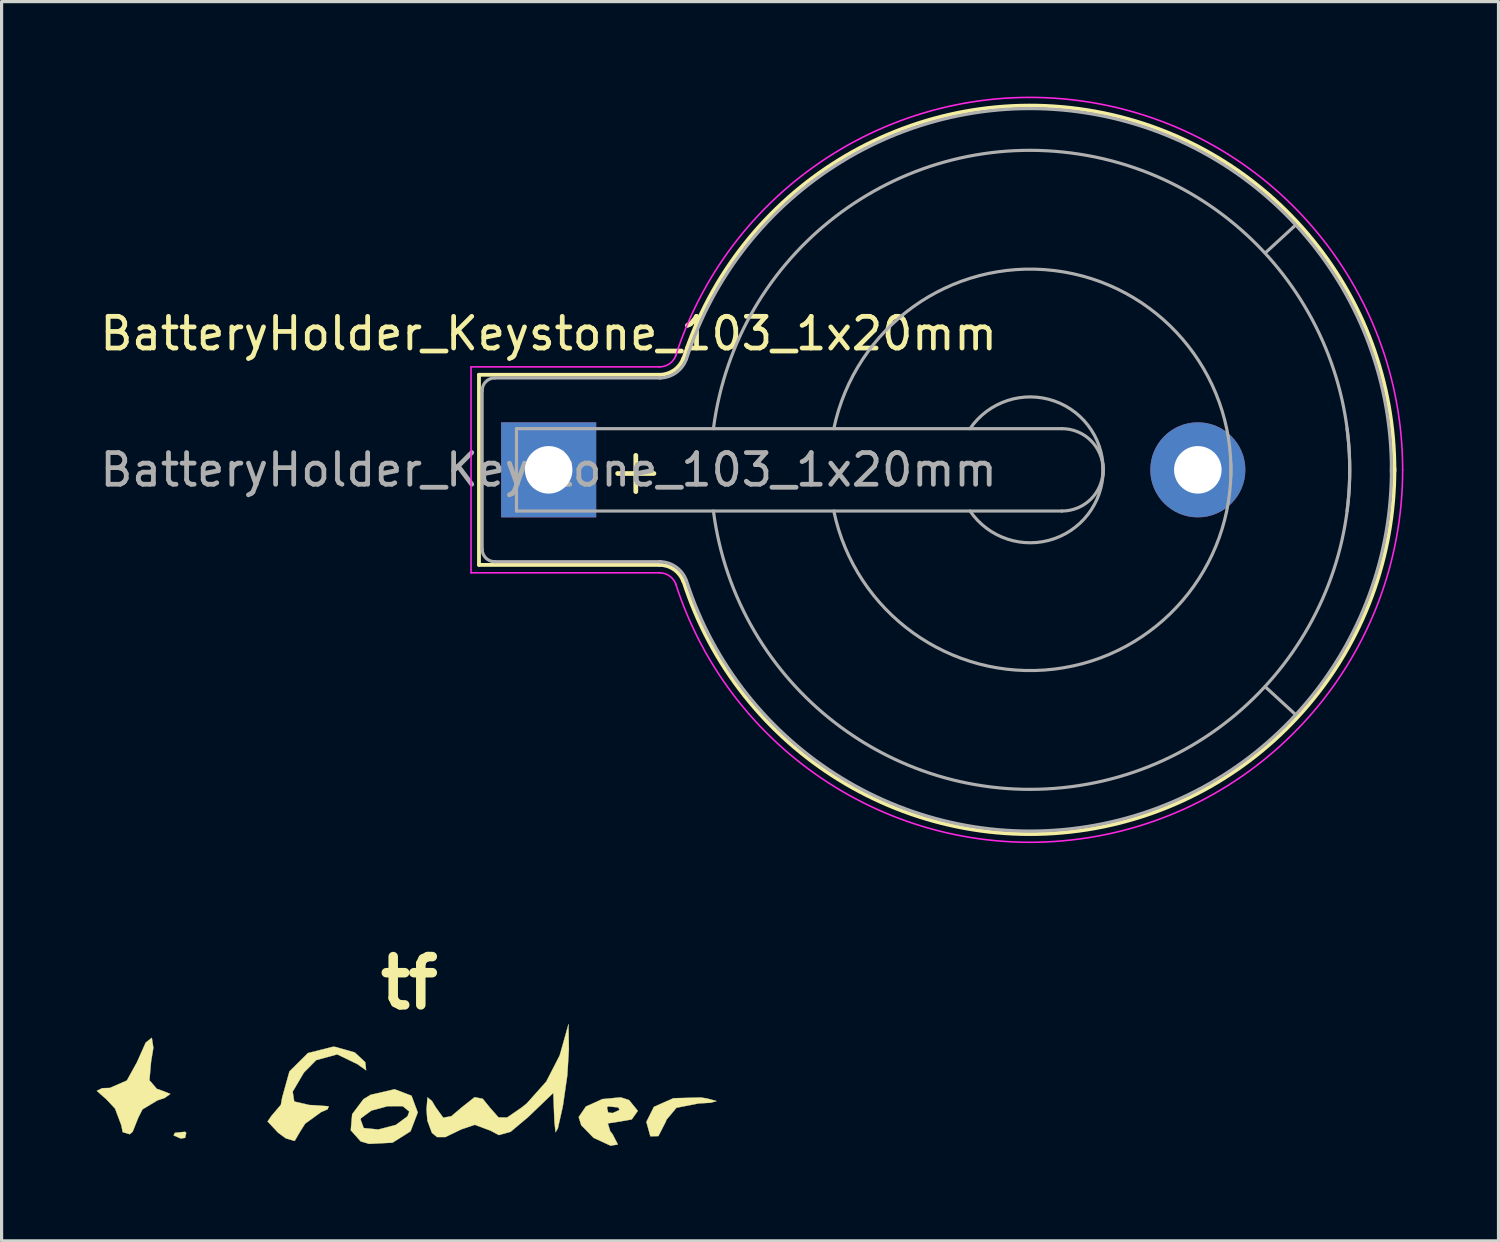
<source format=kicad_pcb>
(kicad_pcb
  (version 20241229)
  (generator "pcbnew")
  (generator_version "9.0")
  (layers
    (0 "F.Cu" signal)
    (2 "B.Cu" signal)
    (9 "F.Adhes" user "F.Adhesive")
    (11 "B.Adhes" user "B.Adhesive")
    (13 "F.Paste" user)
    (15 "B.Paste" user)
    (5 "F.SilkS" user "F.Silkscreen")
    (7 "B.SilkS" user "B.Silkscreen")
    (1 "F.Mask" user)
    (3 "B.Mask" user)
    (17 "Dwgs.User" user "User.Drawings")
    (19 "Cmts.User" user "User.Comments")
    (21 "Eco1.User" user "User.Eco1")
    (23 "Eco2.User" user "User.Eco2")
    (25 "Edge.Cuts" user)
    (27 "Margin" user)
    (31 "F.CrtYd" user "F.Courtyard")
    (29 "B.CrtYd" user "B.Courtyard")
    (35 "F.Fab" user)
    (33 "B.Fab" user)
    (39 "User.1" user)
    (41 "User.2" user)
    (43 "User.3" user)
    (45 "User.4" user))
  (footprint "BatteryHolder_Keystone_103_1x20mm"
    (layer "F.Cu")
    (at 14.268 11.78)
    (property "Reference" "BatteryHolder_Keystone_103_1x20mm" (at 0 -4.3 0) (layer "F.SilkS") (effects (font (size 1 1) (thickness 0.15))))
    (attr through_hole)
    (fp_line (start -2.2 -3) (end 3.5 -3) (stroke (width 0.12) (type solid)) (layer "F.SilkS"))
    (fp_line (start -2.2 3) (end -2.2 -3) (stroke (width 0.12) (type solid)) (layer "F.SilkS"))
    (fp_line (start -2.2 3) (end 3.5 3) (stroke (width 0.12) (type solid)) (layer "F.SilkS"))
    (fp_arc (start 3.5 3) (mid 3.958861 3.144678) (end 4.251754 3.526384) (stroke (width 0.12) (type solid)) (layer "F.SilkS"))
    (fp_arc (start 4.25 -3.5) (mid 16.993514 -11.35499) (end 26.695671 0.045281) (stroke (width 0.12) (type solid)) (layer "F.SilkS"))
    (fp_arc (start 4.251754 -3.526384) (mid 3.958861 -3.144678) (end 3.5 -3) (stroke (width 0.12) (type solid)) (layer "F.SilkS"))
    (fp_arc (start 26.695671 -0.045281) (mid 16.993514 11.35499) (end 4.25 3.5) (stroke (width 0.12) (type solid)) (layer "F.SilkS"))
    (fp_line (start -2.45 -3.25) (end 3.5 -3.25) (stroke (width 0.05) (type solid)) (layer "F.CrtYd"))
    (fp_line (start -2.45 3.25) (end -2.45 -3.25) (stroke (width 0.05) (type solid)) (layer "F.CrtYd"))
    (fp_line (start -2.45 3.25) (end 3.5 3.25) (stroke (width 0.05) (type solid)) (layer "F.CrtYd"))
    (fp_arc (start 3.5 3.25) (mid 3.815467 3.349466) (end 4.016831 3.611889) (stroke (width 0.05) (type solid)) (layer "F.CrtYd"))
    (fp_arc (start 4.01 -3.6) (mid 17.022021 -11.612766) (end 26.954833 0) (stroke (width 0.05) (type solid)) (layer "F.CrtYd"))
    (fp_arc (start 4.016831 -3.611889) (mid 3.815467 -3.349466) (end 3.5 -3.25) (stroke (width 0.05) (type solid)) (layer "F.CrtYd"))
    (fp_arc (start 26.954833 0) (mid 17.022021 11.612766) (end 4.01 3.6) (stroke (width 0.05) (type solid)) (layer "F.CrtYd"))
    (fp_line (start -2.1 -2.5) (end -2.1 2.5) (stroke (width 0.1) (type solid)) (layer "F.Fab"))
    (fp_line (start -1.7 2.9) (end 3.531 2.9) (stroke (width 0.1) (type solid)) (layer "F.Fab"))
    (fp_line (start -1.016 -1.3) (end -1.016 1.3) (stroke (width 0.1) (type solid)) (layer "F.Fab"))
    (fp_line (start -1.016 1.3) (end 16.2 1.3) (stroke (width 0.1) (type solid)) (layer "F.Fab"))
    (fp_line (start 3.531 -2.9) (end -1.7 -2.9) (stroke (width 0.1) (type solid)) (layer "F.Fab"))
    (fp_line (start 16.2 -1.3) (end -1.016 -1.3) (stroke (width 0.1) (type solid)) (layer "F.Fab"))
    (fp_line (start 23.571 -7.722) (end 22.631 -6.858) (stroke (width 0.1) (type solid)) (layer "F.Fab"))
    (fp_line (start 23.571 7.722) (end 22.657 6.883) (stroke (width 0.1) (type solid)) (layer "F.Fab"))
    (fp_arc (start -2.1 -2.5) (mid -1.982843 -2.782843) (end -1.7 -2.9) (stroke (width 0.1) (type solid)) (layer "F.Fab"))
    (fp_arc (start -1.7 2.9) (mid -1.982843 2.782843) (end -2.1 2.5) (stroke (width 0.1) (type solid)) (layer "F.Fab"))
    (fp_arc (start 3.5 2.9) (mid 4.016219 3.062763) (end 4.345723 3.492182) (stroke (width 0.1) (type solid)) (layer "F.Fab"))
    (fp_arc (start 4.345723 -3.492182) (mid 4.016219 -3.062763) (end 3.5 -2.9) (stroke (width 0.1) (type solid)) (layer "F.Fab"))
    (fp_arc (start 4.35 -3.5) (mid 17.008726 -11.256154) (end 26.600299 0.075351) (stroke (width 0.1) (type solid)) (layer "F.Fab"))
    (fp_arc (start 5.2 -1.3) (mid 16.5 -10) (end 25.2 1.3) (stroke (width 0.1) (type solid)) (layer "F.Fab"))
    (fp_arc (start 9 -1.3) (mid 15.954687 -6.28971) (end 21.531551 0.203631) (stroke (width 0.1) (type solid)) (layer "F.Fab"))
    (fp_arc (start 13.3 -1.3) (mid 15.963947 -2.171724) (end 17.495448 0.175833) (stroke (width 0.1) (type solid)) (layer "F.Fab"))
    (fp_arc (start 16.2 -1.3) (mid 17.5 0) (end 16.2 1.3) (stroke (width 0.1) (type solid)) (layer "F.Fab"))
    (fp_arc (start 17.495448 -0.175833) (mid 15.963947 2.171724) (end 13.3 1.3) (stroke (width 0.1) (type solid)) (layer "F.Fab"))
    (fp_arc (start 21.531551 -0.203631) (mid 15.954687 6.28971) (end 9 1.3) (stroke (width 0.1) (type solid)) (layer "F.Fab"))
    (fp_arc (start 25.2 -1.3) (mid 16.5 10) (end 5.2 1.3) (stroke (width 0.1) (type solid)) (layer "F.Fab"))
    (fp_arc (start 26.600299 -0.075351) (mid 17.008726 11.256154) (end 4.35 3.5) (stroke (width 0.1) (type solid)) (layer "F.Fab"))
    (fp_text user "+" (at 2.75 0 0) (layer "F.SilkS") (effects (font (size 1.5 1.5) (thickness 0.15))))
    (fp_text user "${REFERENCE}" (at 0 0 0) (layer "F.Fab") (effects (font (size 1 1) (thickness 0.15))))
    (pad "1" thru_hole rect (at 0 0) (size 3 3) (drill 1.5) (layers "*.Cu" "*.Mask"))
    (pad "2" thru_hole circle (at 20.49 0) (size 3 3) (drill 1.5) (layers "*.Cu" "*.Mask")))
  (footprint "tf"
    (layer "F.Cu")
    (at 9.869 31.28)
    (property "Reference" "tf" (at 0 -3.302 0) (layer "F.SilkS") (effects (font (size 1.524 1.524) (thickness 0.3))))
    (attr through_hole)
    (fp_poly (pts (xy -7.041 1.426) (xy -7.077 1.585) (xy -7.219 1.604) (xy -7.439 1.506) (xy -7.397 1.426) (xy -7.08 1.394) (xy -7.041 1.426)) (stroke (width 0.01) (type solid)) (fill yes) (layer "F.SilkS"))
    (fp_poly (pts (xy 9.398 0.342) (xy 9.701 0.425) (xy 9.508 0.477) (xy 9.132 0.498) (xy 8.433 0.635) (xy 8.114 1.017) (xy 8.099 1.069) (xy 7.862 1.529) (xy 7.609 1.536) (xy 7.486 1.092) (xy 7.486 1.075) (xy 7.721 0.606) (xy 8.336 0.334) (xy 9.198 0.311) (xy 9.398 0.342)) (stroke (width 0.01) (type solid)) (fill yes) (layer "F.SilkS"))
    (fp_poly (pts (xy -8.079 -1.257) (xy -8.15 -0.825) (xy -8.202 -0.234) (xy -7.967 0.039) (xy -7.837 0.083) (xy -7.542 0.198) (xy -7.721 0.325) (xy -7.954 0.404) (xy -8.422 0.686) (xy -8.556 0.951) (xy -8.732 1.393) (xy -8.823 1.471) (xy -9.047 1.403) (xy -9.091 1.182) (xy -9.288 0.661) (xy -9.558 0.372) (xy -9.864 0.101) (xy -9.695 0.017) (xy -9.451 0.009) (xy -8.915 -0.225) (xy -8.596 -0.802) (xy -8.32 -1.422) (xy -8.127 -1.574) (xy -8.079 -1.257)) (stroke (width 0.01) (type solid)) (fill yes) (layer "F.SilkS"))
    (fp_poly (pts (xy 0.07 0.255) (xy 0.267 0.784) (xy 0.039 1.378) (xy -0.53 1.737) (xy -1.267 1.775) (xy -1.537 1.695) (xy -1.847 1.346) (xy -1.818 1.003) (xy -1.539 1.003) (xy -1.439 1.275) (xy -0.978 1.321) (xy -0.423 1.175) (xy -0.056 0.904) (xy 0 0.756) (xy -0.208 0.584) (xy -0.682 0.585) (xy -1.195 0.723) (xy -1.521 0.962) (xy -1.539 1.003) (xy -1.818 1.003) (xy -1.803 0.837) (xy -1.447 0.364) (xy -1.22 0.226) (xy -0.463 0.051) (xy 0.07 0.255)) (stroke (width 0.01) (type solid)) (fill yes) (layer "F.SilkS"))
    (fp_poly (pts (xy 6.936 0.392) (xy 7.213 0.733) (xy 7.022 1.002) (xy 6.651 1.069) (xy 6.265 1.128) (xy 6.343 1.378) (xy 6.417 1.471) (xy 6.583 1.794) (xy 6.353 1.832) (xy 5.815 1.583) (xy 5.427 1.187) (xy 5.347 0.928) (xy 5.555 0.624) (xy 6.239 0.624) (xy 6.275 0.783) (xy 6.417 0.802) (xy 6.637 0.704) (xy 6.595 0.624) (xy 6.278 0.592) (xy 6.239 0.624) (xy 5.555 0.624) (xy 5.575 0.595) (xy 6.096 0.361) (xy 6.671 0.307) (xy 6.936 0.392)) (stroke (width 0.01) (type solid)) (fill yes) (layer "F.SilkS"))
    (fp_poly (pts (xy -2.334 -1.285) (xy -1.719 -1.11) (xy -1.391 -0.804) (xy -1.391 -0.802) (xy -1.362 -0.547) (xy -1.607 -0.719) (xy -1.624 -0.735) (xy -2.276 -1.05) (xy -2.939 -0.868) (xy -3.327 -0.475) (xy -3.681 0.127) (xy -3.632 0.438) (xy -3.154 0.548) (xy -3.008 0.554) (xy -2.545 0.588) (xy -2.576 0.682) (xy -2.787 0.774) (xy -3.288 1.137) (xy -3.456 1.404) (xy -3.619 1.683) (xy -3.898 1.6) (xy -4.144 1.42) (xy -4.473 1.067) (xy -4.345 0.883) (xy -4.054 0.542) (xy -4.011 0.305) (xy -3.783 -0.512) (xy -3.2 -1.091) (xy -2.411 -1.29) (xy -2.334 -1.285)) (stroke (width 0.01) (type solid)) (fill yes) (layer "F.SilkS"))
    (fp_poly (pts (xy 5.037 -1.203) (xy 4.988 -0.395) (xy 4.854 0.539) (xy 4.828 0.668) (xy 4.689 1.285) (xy 4.616 1.408) (xy 4.581 1.069) (xy 4.576 0.953) (xy 4.545 0.167) (xy 3.753 0.927) (xy 3.197 1.394) (xy 2.825 1.497) (xy 2.567 1.359) (xy 2.067 1.172) (xy 1.639 1.318) (xy 1.137 1.56) (xy 0.875 1.559) (xy 0.713 1.426) (xy 0.57 1.039) (xy 0.543 0.691) (xy 0.575 0.305) (xy 0.717 0.425) (xy 0.834 0.621) (xy 1.071 0.948) (xy 1.324 0.903) (xy 1.653 0.625) (xy 2.062 0.301) (xy 2.318 0.352) (xy 2.55 0.637) (xy 2.815 0.938) (xy 3.086 0.943) (xy 3.541 0.631) (xy 3.706 0.5) (xy 4.324 -0.193) (xy 4.746 -1.016) (xy 4.762 -1.069) (xy 5.025 -2.005) (xy 5.037 -1.203)) (stroke (width 0.01) (type solid)) (fill yes) (layer "F.SilkS")))
  (gr_rect
    (start -3 -3)
    (end 44.248 36.116)
    (stroke (width 0.1) (type default))
    (fill no)
    (layer "Edge.Cuts")))
</source>
